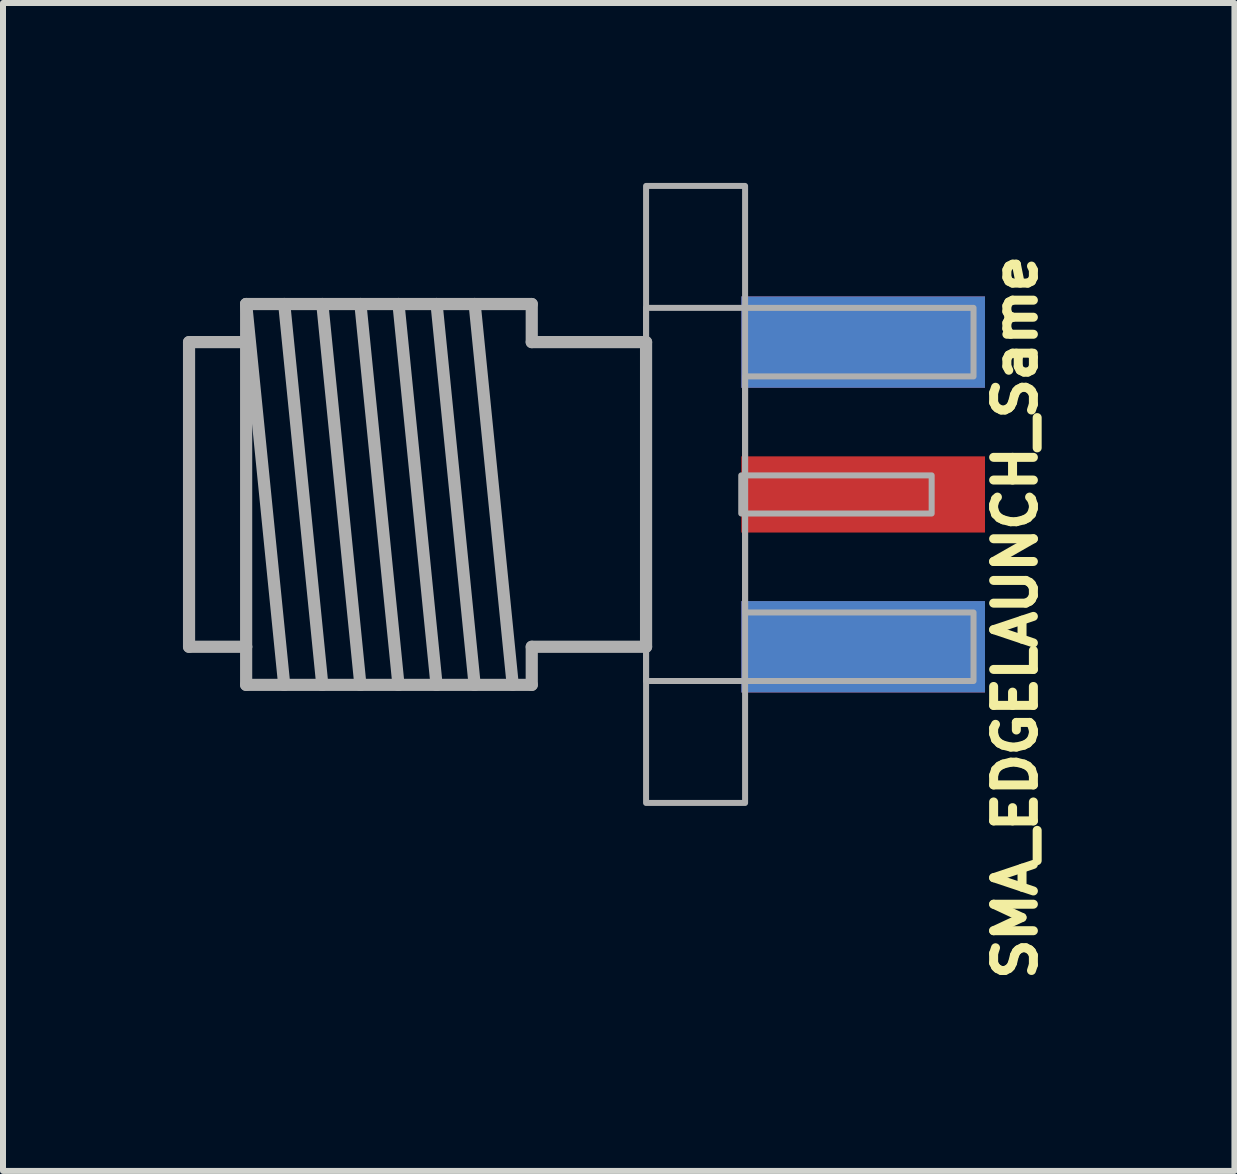
<source format=kicad_pcb>
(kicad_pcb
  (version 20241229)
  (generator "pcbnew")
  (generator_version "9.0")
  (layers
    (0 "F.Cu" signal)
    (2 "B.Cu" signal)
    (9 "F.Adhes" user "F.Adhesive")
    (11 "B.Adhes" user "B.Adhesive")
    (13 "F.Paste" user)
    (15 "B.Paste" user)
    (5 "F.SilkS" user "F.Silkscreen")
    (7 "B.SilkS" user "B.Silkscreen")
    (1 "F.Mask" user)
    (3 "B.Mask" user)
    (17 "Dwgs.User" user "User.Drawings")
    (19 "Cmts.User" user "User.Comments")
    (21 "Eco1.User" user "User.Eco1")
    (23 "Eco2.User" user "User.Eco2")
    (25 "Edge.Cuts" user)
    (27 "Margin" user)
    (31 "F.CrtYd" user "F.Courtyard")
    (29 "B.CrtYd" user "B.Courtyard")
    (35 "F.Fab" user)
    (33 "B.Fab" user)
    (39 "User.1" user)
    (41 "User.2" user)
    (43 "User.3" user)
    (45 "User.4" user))
  (footprint "SMA_EDGELAUNCH_Same"
    (layer "F.Cu")
    (at 9.309 5.194)
    (property "Reference" "SMA_EDGELAUNCH_Same" (at 4.572 -4.064 90) (layer "F.SilkS") (effects (font (size 0.663 0.663) (thickness 0.15)) (justify right)))
    (fp_line (start -9.207 -2.54) (end -8.255 -2.54) (stroke (width 0.203) (type solid)) (layer "F.Fab"))
    (fp_line (start -9.207 2.54) (end -9.207 -2.54) (stroke (width 0.203) (type solid)) (layer "F.Fab"))
    (fp_line (start -8.255 -3.175) (end -7.62 -3.175) (stroke (width 0.203) (type solid)) (layer "F.Fab"))
    (fp_line (start -8.255 -3.175) (end -7.62 3.175) (stroke (width 0.203) (type solid)) (layer "F.Fab"))
    (fp_line (start -8.255 -2.54) (end -8.255 -3.175) (stroke (width 0.203) (type solid)) (layer "F.Fab"))
    (fp_line (start -8.255 -2.54) (end -8.255 2.54) (stroke (width 0.203) (type solid)) (layer "F.Fab"))
    (fp_line (start -8.255 2.54) (end -9.207 2.54) (stroke (width 0.203) (type solid)) (layer "F.Fab"))
    (fp_line (start -8.255 3.175) (end -8.255 2.54) (stroke (width 0.203) (type solid)) (layer "F.Fab"))
    (fp_line (start -7.62 -3.175) (end -6.985 -3.175) (stroke (width 0.203) (type solid)) (layer "F.Fab"))
    (fp_line (start -7.62 -3.175) (end -6.985 3.175) (stroke (width 0.203) (type solid)) (layer "F.Fab"))
    (fp_line (start -7.62 3.175) (end -8.255 3.175) (stroke (width 0.203) (type solid)) (layer "F.Fab"))
    (fp_line (start -6.985 -3.175) (end -6.35 -3.175) (stroke (width 0.203) (type solid)) (layer "F.Fab"))
    (fp_line (start -6.985 -3.175) (end -6.35 3.175) (stroke (width 0.203) (type solid)) (layer "F.Fab"))
    (fp_line (start -6.985 3.175) (end -7.62 3.175) (stroke (width 0.203) (type solid)) (layer "F.Fab"))
    (fp_line (start -6.35 -3.175) (end -5.715 -3.175) (stroke (width 0.203) (type solid)) (layer "F.Fab"))
    (fp_line (start -6.35 -3.175) (end -5.715 3.175) (stroke (width 0.203) (type solid)) (layer "F.Fab"))
    (fp_line (start -6.35 3.175) (end -6.985 3.175) (stroke (width 0.203) (type solid)) (layer "F.Fab"))
    (fp_line (start -5.715 -3.175) (end -5.08 -3.175) (stroke (width 0.203) (type solid)) (layer "F.Fab"))
    (fp_line (start -5.715 -3.175) (end -5.08 3.175) (stroke (width 0.203) (type solid)) (layer "F.Fab"))
    (fp_line (start -5.715 3.175) (end -6.35 3.175) (stroke (width 0.203) (type solid)) (layer "F.Fab"))
    (fp_line (start -5.08 -3.175) (end -4.445 -3.175) (stroke (width 0.203) (type solid)) (layer "F.Fab"))
    (fp_line (start -5.08 -3.175) (end -4.445 3.175) (stroke (width 0.203) (type solid)) (layer "F.Fab"))
    (fp_line (start -5.08 3.175) (end -5.715 3.175) (stroke (width 0.203) (type solid)) (layer "F.Fab"))
    (fp_line (start -4.445 -3.175) (end -3.81 3.175) (stroke (width 0.203) (type solid)) (layer "F.Fab"))
    (fp_line (start -4.445 -3.175) (end -3.493 -3.175) (stroke (width 0.203) (type solid)) (layer "F.Fab"))
    (fp_line (start -4.445 3.175) (end -5.08 3.175) (stroke (width 0.203) (type solid)) (layer "F.Fab"))
    (fp_line (start -3.493 -3.175) (end -3.493 -2.54) (stroke (width 0.203) (type solid)) (layer "F.Fab"))
    (fp_line (start -3.493 -2.54) (end -1.587 -2.54) (stroke (width 0.203) (type solid)) (layer "F.Fab"))
    (fp_line (start -3.493 2.54) (end -3.493 3.175) (stroke (width 0.203) (type solid)) (layer "F.Fab"))
    (fp_line (start -3.493 3.175) (end -4.445 3.175) (stroke (width 0.203) (type solid)) (layer "F.Fab"))
    (fp_line (start -1.587 -2.54) (end -1.587 2.54) (stroke (width 0.203) (type solid)) (layer "F.Fab"))
    (fp_line (start -1.587 2.54) (end -3.493 2.54) (stroke (width 0.203) (type solid)) (layer "F.Fab"))
    (fp_poly (pts (xy 0 0.318) (xy 3.175 0.318) (xy 3.175 -0.318) (xy 0 -0.318)) (stroke (width 0.1) (type default)) (fill no) (layer "F.Fab"))
    (fp_poly (pts (xy 0.064 5.144) (xy -1.587 5.144) (xy -1.587 -5.144) (xy 0.064 -5.144)) (stroke (width 0.1) (type default)) (fill no) (layer "F.Fab"))
    (fp_poly (pts (xy 3.873 -1.968) (xy 0.064 -1.968) (xy 0.064 1.968) (xy 3.873 1.968) (xy 3.873 3.111) (xy -1.587 3.111) (xy -1.587 -3.111) (xy 3.873 -3.111)) (stroke (width 0.1) (type default)) (fill no) (layer "F.Fab"))
    (pad "1" smd rect (at 2.032 0 90) (size 1.27 4.064) (layers "F.Cu" "F.Mask"))
    (pad "2" smd rect (at 2.032 -2.54 90) (size 1.524 4.064) (layers "F.Cu" "F.Mask"))
    (pad "2" smd rect (at 2.032 2.54 90) (size 1.524 4.064) (layers "F.Cu" "F.Mask"))
    (pad "GND@3" smd rect (at 2.032 -2.54 90) (size 1.524 4.064) (layers "B.Cu" "B.Mask"))
    (pad "GND@4" smd rect (at 2.032 2.54 90) (size 1.524 4.064) (layers "B.Cu" "B.Mask")))
  (gr_rect
    (start -3 -3)
    (end 17.532 16.473)
    (stroke (width 0.1) (type default))
    (fill no)
    (layer "Edge.Cuts")))
</source>
